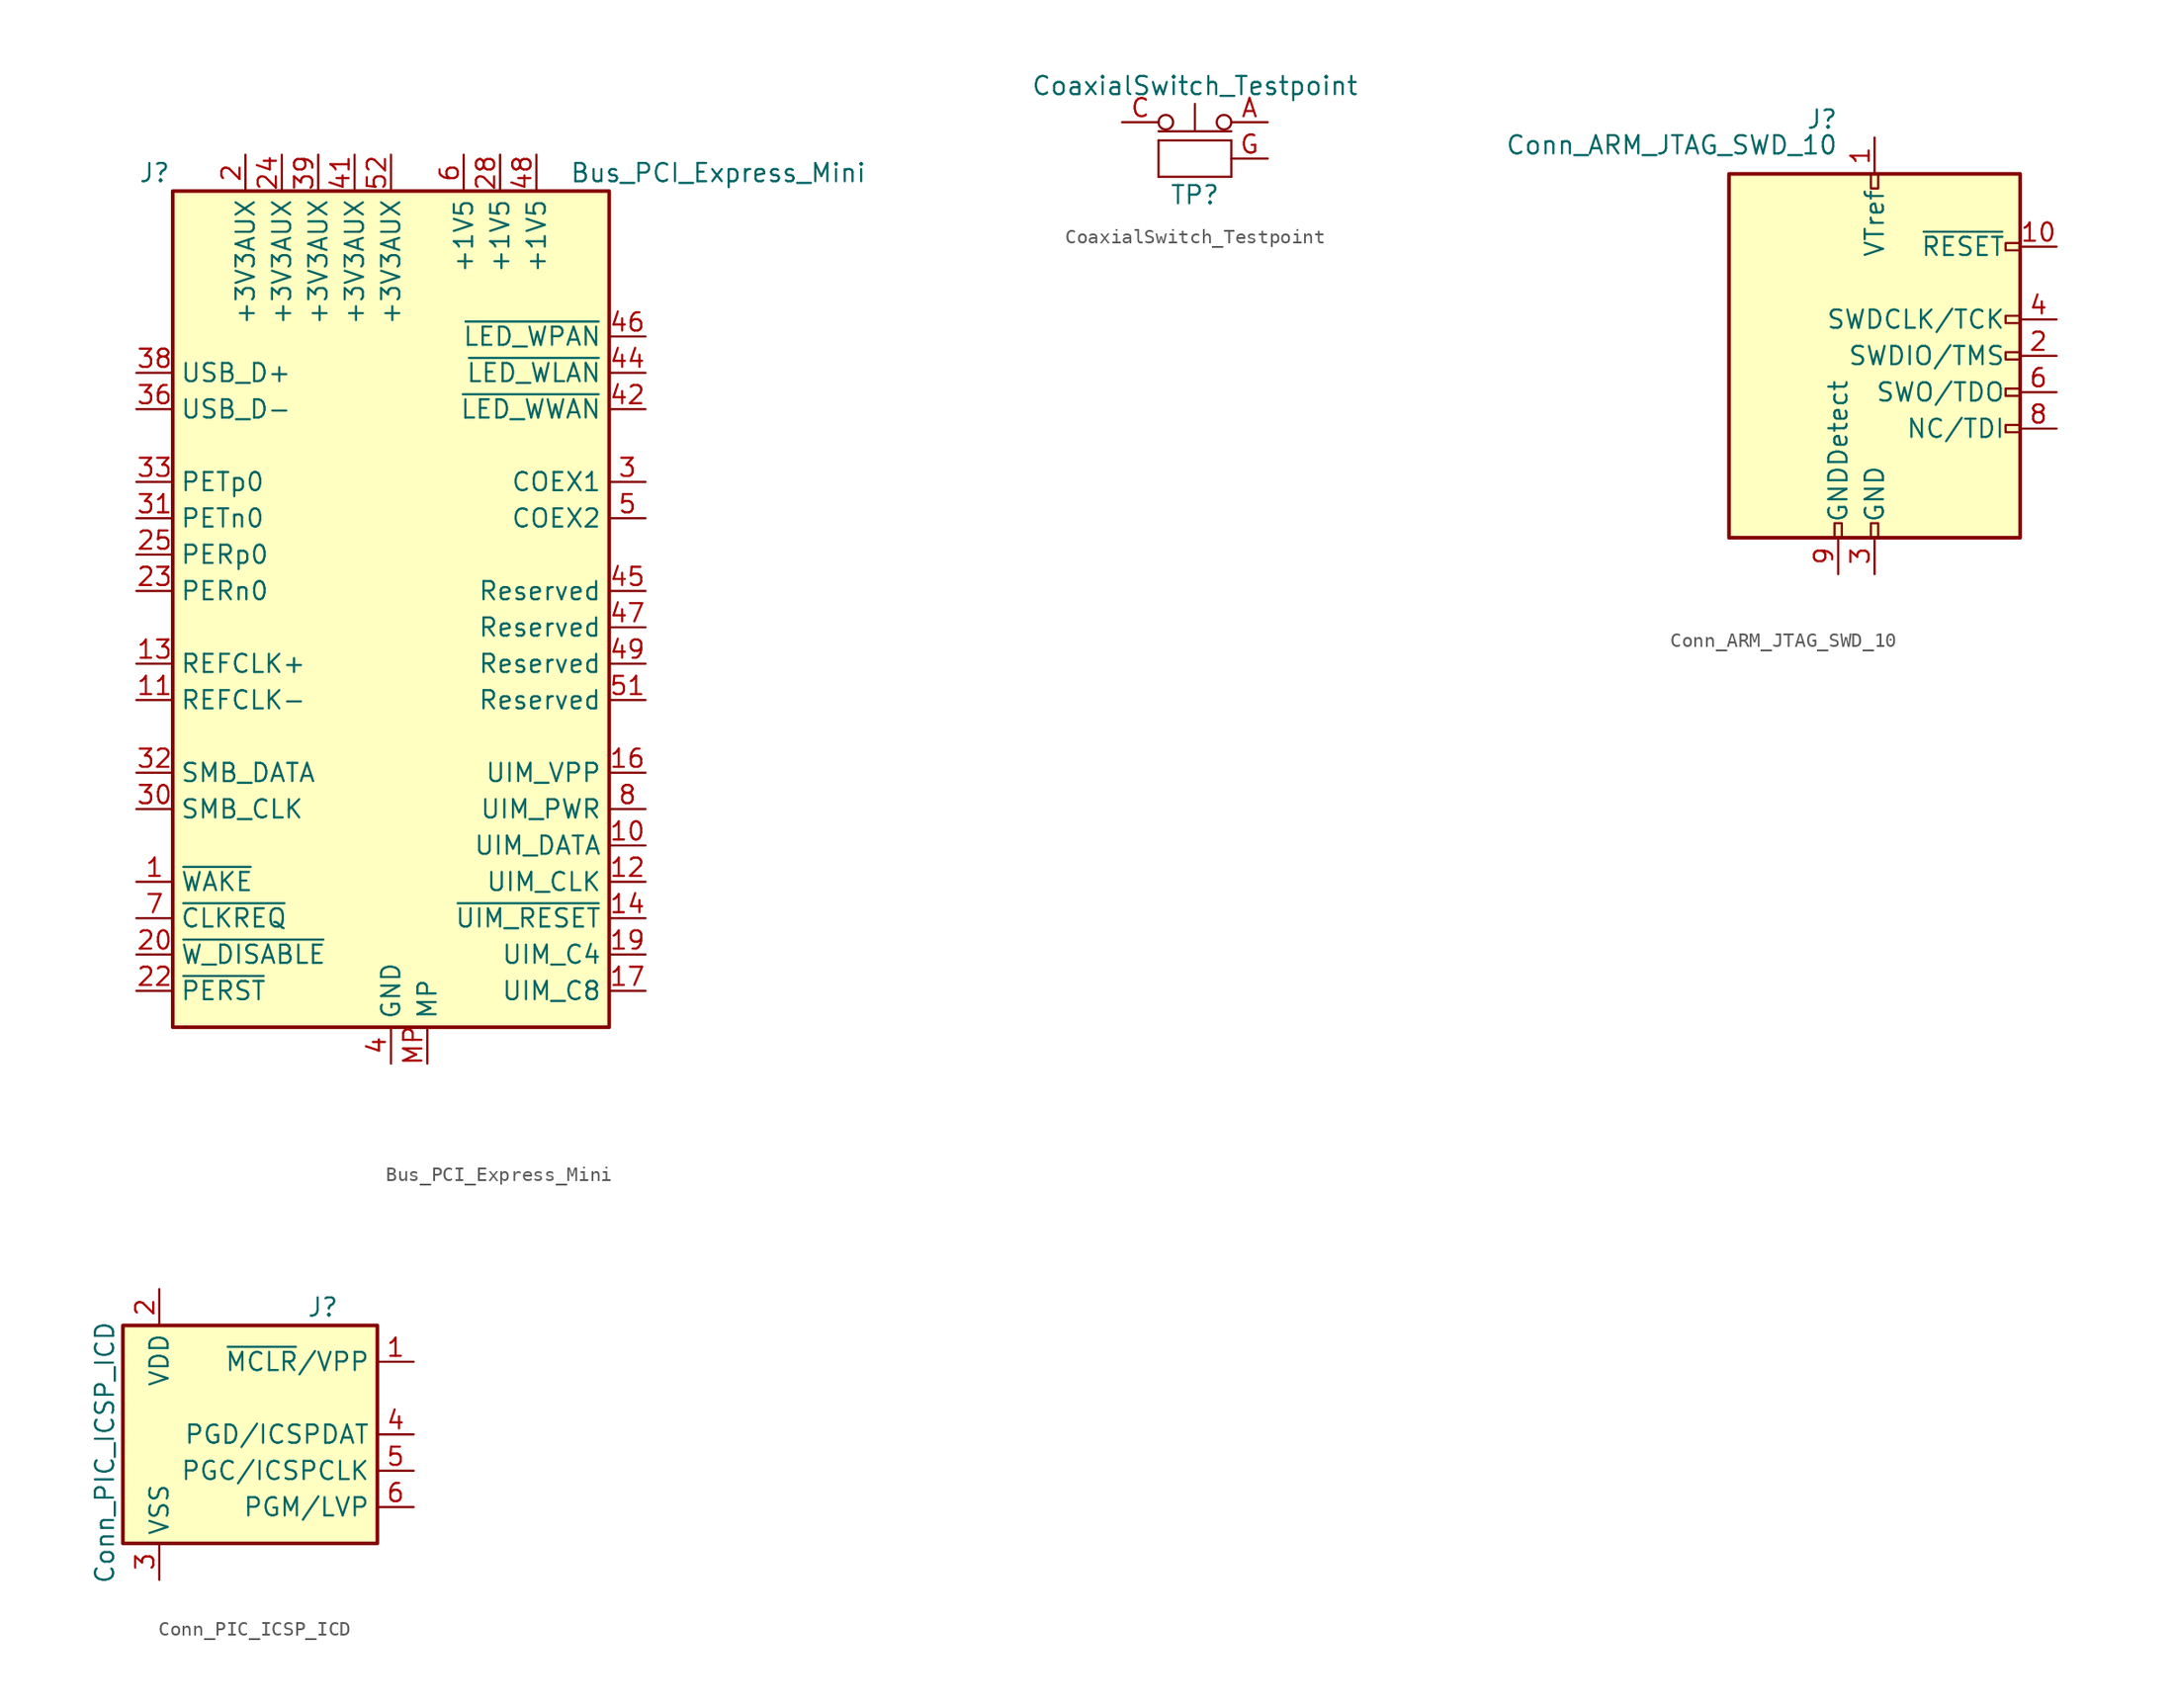
<source format=kicad_sym>
(kicad_symbol_lib
  (version 20201005)
  (generator kicad_symbol_editor)
  (symbol "Bus_PCI_Express_Mini"
    (property "Reference" "J"
      (at -16.51 31.75 0)
      (effects (font (size 1.27 1.27))))
    (property "Value" "Bus_PCI_Express_Mini"
      (at 22.86 31.75 0)
      (effects (font (size 1.27 1.27))))
    (symbol "Bus_PCI_Express_Mini_0_1"
      (rectangle (start -15.24 30.48) (end 15.24 -27.94) (stroke (width 0.254)) (fill (type background))))
    (symbol "Bus_PCI_Express_Mini_1_1"
      (pin open_collector line (at -17.78 -17.78 0) (length 2.54) (name "~WAKE" (effects (font (size 1.27 1.27)))) (number "1" (effects (font (size 1.27 1.27)))))
      (pin bidirectional line (at 17.78 -15.24 180) (length 2.54) (name "UIM_DATA" (effects (font (size 1.27 1.27)))) (number "10" (effects (font (size 1.27 1.27)))))
      (pin input line (at -17.78 -5.08 0) (length 2.54) (name "REFCLK-" (effects (font (size 1.27 1.27)))) (number "11" (effects (font (size 1.27 1.27)))))
      (pin output line (at 17.78 -17.78 180) (length 2.54) (name "UIM_CLK" (effects (font (size 1.27 1.27)))) (number "12" (effects (font (size 1.27 1.27)))))
      (pin input line (at -17.78 -2.54 0) (length 2.54) (name "REFCLK+" (effects (font (size 1.27 1.27)))) (number "13" (effects (font (size 1.27 1.27)))))
      (pin output line (at 17.78 -20.32 180) (length 2.54) (name "~UIM_RESET" (effects (font (size 1.27 1.27)))) (number "14" (effects (font (size 1.27 1.27)))))
      (pin passive line (at 0 -30.48 90) (length 2.54) hide (name "GND" (effects (font (size 1.27 1.27)))) (number "15" (effects (font (size 1.27 1.27)))))
      (pin power_out line (at 17.78 -10.16 180) (length 2.54) (name "UIM_VPP" (effects (font (size 1.27 1.27)))) (number "16" (effects (font (size 1.27 1.27)))))
      (pin passive line (at 17.78 -25.4 180) (length 2.54) (name "UIM_C8" (effects (font (size 1.27 1.27)))) (number "17" (effects (font (size 1.27 1.27)))))
      (pin passive line (at 0 -30.48 90) (length 2.54) hide (name "GND" (effects (font (size 1.27 1.27)))) (number "18" (effects (font (size 1.27 1.27)))))
      (pin passive line (at 17.78 -22.86 180) (length 2.54) (name "UIM_C4" (effects (font (size 1.27 1.27)))) (number "19" (effects (font (size 1.27 1.27)))))
      (pin power_in line (at -10.16 33.02 270) (length 2.54) (name "+3V3AUX" (effects (font (size 1.27 1.27)))) (number "2" (effects (font (size 1.27 1.27)))))
      (pin input line (at -17.78 -22.86 0) (length 2.54) (name "~W_DISABLE" (effects (font (size 1.27 1.27)))) (number "20" (effects (font (size 1.27 1.27)))))
      (pin passive line (at 0 -30.48 90) (length 2.54) hide (name "GND" (effects (font (size 1.27 1.27)))) (number "21" (effects (font (size 1.27 1.27)))))
      (pin input line (at -17.78 -25.4 0) (length 2.54) (name "~PERST" (effects (font (size 1.27 1.27)))) (number "22" (effects (font (size 1.27 1.27)))))
      (pin output line (at -17.78 2.54 0) (length 2.54) (name "PERn0" (effects (font (size 1.27 1.27)))) (number "23" (effects (font (size 1.27 1.27)))))
      (pin power_in line (at -7.62 33.02 270) (length 2.54) (name "+3V3AUX" (effects (font (size 1.27 1.27)))) (number "24" (effects (font (size 1.27 1.27)))))
      (pin output line (at -17.78 5.08 0) (length 2.54) (name "PERp0" (effects (font (size 1.27 1.27)))) (number "25" (effects (font (size 1.27 1.27)))))
      (pin passive line (at 0 -30.48 90) (length 2.54) hide (name "GND" (effects (font (size 1.27 1.27)))) (number "26" (effects (font (size 1.27 1.27)))))
      (pin passive line (at 0 -30.48 90) (length 2.54) hide (name "GND" (effects (font (size 1.27 1.27)))) (number "27" (effects (font (size 1.27 1.27)))))
      (pin power_in line (at 7.62 33.02 270) (length 2.54) (name "+1V5" (effects (font (size 1.27 1.27)))) (number "28" (effects (font (size 1.27 1.27)))))
      (pin passive line (at 0 -30.48 90) (length 2.54) hide (name "GND" (effects (font (size 1.27 1.27)))) (number "29" (effects (font (size 1.27 1.27)))))
      (pin passive line (at 17.78 10.16 180) (length 2.54) (name "COEX1" (effects (font (size 1.27 1.27)))) (number "3" (effects (font (size 1.27 1.27)))))
      (pin input line (at -17.78 -12.7 0) (length 2.54) (name "SMB_CLK" (effects (font (size 1.27 1.27)))) (number "30" (effects (font (size 1.27 1.27)))))
      (pin input line (at -17.78 7.62 0) (length 2.54) (name "PETn0" (effects (font (size 1.27 1.27)))) (number "31" (effects (font (size 1.27 1.27)))))
      (pin bidirectional line (at -17.78 -10.16 0) (length 2.54) (name "SMB_DATA" (effects (font (size 1.27 1.27)))) (number "32" (effects (font (size 1.27 1.27)))))
      (pin input line (at -17.78 10.16 0) (length 2.54) (name "PETp0" (effects (font (size 1.27 1.27)))) (number "33" (effects (font (size 1.27 1.27)))))
      (pin passive line (at 0 -30.48 90) (length 2.54) hide (name "GND" (effects (font (size 1.27 1.27)))) (number "34" (effects (font (size 1.27 1.27)))))
      (pin passive line (at 0 -30.48 90) (length 2.54) hide (name "GND" (effects (font (size 1.27 1.27)))) (number "35" (effects (font (size 1.27 1.27)))))
      (pin bidirectional line (at -17.78 15.24 0) (length 2.54) (name "USB_D-" (effects (font (size 1.27 1.27)))) (number "36" (effects (font (size 1.27 1.27)))))
      (pin passive line (at 0 -30.48 90) (length 2.54) hide (name "GND" (effects (font (size 1.27 1.27)))) (number "37" (effects (font (size 1.27 1.27)))))
      (pin bidirectional line (at -17.78 17.78 0) (length 2.54) (name "USB_D+" (effects (font (size 1.27 1.27)))) (number "38" (effects (font (size 1.27 1.27)))))
      (pin power_in line (at -5.08 33.02 270) (length 2.54) (name "+3V3AUX" (effects (font (size 1.27 1.27)))) (number "39" (effects (font (size 1.27 1.27)))))
      (pin power_in line (at 0 -30.48 90) (length 2.54) (name "GND" (effects (font (size 1.27 1.27)))) (number "4" (effects (font (size 1.27 1.27)))))
      (pin passive line (at 0 -30.48 90) (length 2.54) hide (name "GND" (effects (font (size 1.27 1.27)))) (number "40" (effects (font (size 1.27 1.27)))))
      (pin power_in line (at -2.54 33.02 270) (length 2.54) (name "+3V3AUX" (effects (font (size 1.27 1.27)))) (number "41" (effects (font (size 1.27 1.27)))))
      (pin open_collector line (at 17.78 15.24 180) (length 2.54) (name "~LED_WWAN" (effects (font (size 1.27 1.27)))) (number "42" (effects (font (size 1.27 1.27)))))
      (pin passive line (at 0 -30.48 90) (length 2.54) hide (name "GND" (effects (font (size 1.27 1.27)))) (number "43" (effects (font (size 1.27 1.27)))))
      (pin open_collector line (at 17.78 17.78 180) (length 2.54) (name "~LED_WLAN" (effects (font (size 1.27 1.27)))) (number "44" (effects (font (size 1.27 1.27)))))
      (pin passive line (at 17.78 2.54 180) (length 2.54) (name "Reserved" (effects (font (size 1.27 1.27)))) (number "45" (effects (font (size 1.27 1.27)))))
      (pin open_collector line (at 17.78 20.32 180) (length 2.54) (name "~LED_WPAN" (effects (font (size 1.27 1.27)))) (number "46" (effects (font (size 1.27 1.27)))))
      (pin passive line (at 17.78 0 180) (length 2.54) (name "Reserved" (effects (font (size 1.27 1.27)))) (number "47" (effects (font (size 1.27 1.27)))))
      (pin power_in line (at 10.16 33.02 270) (length 2.54) (name "+1V5" (effects (font (size 1.27 1.27)))) (number "48" (effects (font (size 1.27 1.27)))))
      (pin passive line (at 17.78 -2.54 180) (length 2.54) (name "Reserved" (effects (font (size 1.27 1.27)))) (number "49" (effects (font (size 1.27 1.27)))))
      (pin passive line (at 17.78 7.62 180) (length 2.54) (name "COEX2" (effects (font (size 1.27 1.27)))) (number "5" (effects (font (size 1.27 1.27)))))
      (pin passive line (at 0 -30.48 90) (length 2.54) hide (name "GND" (effects (font (size 1.27 1.27)))) (number "50" (effects (font (size 1.27 1.27)))))
      (pin passive line (at 17.78 -5.08 180) (length 2.54) (name "Reserved" (effects (font (size 1.27 1.27)))) (number "51" (effects (font (size 1.27 1.27)))))
      (pin power_in line (at 0 33.02 270) (length 2.54) (name "+3V3AUX" (effects (font (size 1.27 1.27)))) (number "52" (effects (font (size 1.27 1.27)))))
      (pin power_in line (at 5.08 33.02 270) (length 2.54) (name "+1V5" (effects (font (size 1.27 1.27)))) (number "6" (effects (font (size 1.27 1.27)))))
      (pin open_collector line (at -17.78 -20.32 0) (length 2.54) (name "~CLKREQ" (effects (font (size 1.27 1.27)))) (number "7" (effects (font (size 1.27 1.27)))))
      (pin power_out line (at 17.78 -12.7 180) (length 2.54) (name "UIM_PWR" (effects (font (size 1.27 1.27)))) (number "8" (effects (font (size 1.27 1.27)))))
      (pin passive line (at 0 -30.48 90) (length 2.54) hide (name "GND" (effects (font (size 1.27 1.27)))) (number "9" (effects (font (size 1.27 1.27)))))
      (pin passive line (at 2.54 -30.48 90) (length 2.54) (name "MP" (effects (font (size 1.27 1.27)))) (number "MP" (effects (font (size 1.27 1.27)))))))
  (symbol "CoaxialSwitch_Testpoint"
    (pin_names
      (offset 1.016) hide)
    (property "Reference" "TP"
      (at 0 -3.81 0)
      (effects (font (size 1.27 1.27))))
    (property "Value" "CoaxialSwitch_Testpoint"
      (at 0 3.81 0)
      (effects (font (size 1.27 1.27))))
    (symbol "CoaxialSwitch_Testpoint_0_1"
      (rectangle (start -2.54 -2.54) (end 2.54 -2.54) (stroke (width 0)) (fill (type none)))
      (rectangle (start -2.54 0) (end -2.54 -2.54) (stroke (width 0)) (fill (type none)))
      (rectangle (start 2.54 0) (end -2.54 0) (stroke (width 0)) (fill (type none)))
      (rectangle (start 2.54 0) (end 2.54 -2.54) (stroke (width 0)) (fill (type none))))
    (symbol "CoaxialSwitch_Testpoint_1_1"
      (circle (center -2.032 1.27) (radius 0.508) (stroke (width 0)) (fill (type none)))
      (circle (center 2.032 1.27) (radius 0.508) (stroke (width 0)) (fill (type none)))
      (polyline (pts (xy -2.54 0.635) (xy 2.54 0.635)) (stroke (width 0)) (fill (type none)))
      (polyline (pts (xy 0 0.635) (xy 0 2.54)) (stroke (width 0)) (fill (type none)))
      (pin passive line (at 5.08 1.27 180) (length 2.54) (name "A" (effects (font (size 1.27 1.27)))) (number "A" (effects (font (size 1.27 1.27)))))
      (pin passive line (at -5.08 1.27 0) (length 2.54) (name "C" (effects (font (size 1.27 1.27)))) (number "C" (effects (font (size 1.27 1.27)))))
      (pin passive line (at 5.08 -1.27 180) (length 2.54) (name "G" (effects (font (size 1.27 1.27)))) (number "G" (effects (font (size 1.27 1.27)))))))
  (symbol "Conn_ARM_JTAG_SWD_10"
    (pin_names
      (offset 1.016))
    (property "Reference" "J"
      (at -2.54 16.51 0)
      (effects (font (size 1.27 1.27)) (justify right)))
    (property "Value" "Conn_ARM_JTAG_SWD_10"
      (at -2.54 13.97 0)
      (effects (font (size 1.27 1.27)) (justify right bottom)))
    (symbol "Conn_ARM_JTAG_SWD_10_0_1"
      (rectangle (start -10.16 12.7) (end 10.16 -12.7) (stroke (width 0.254)) (fill (type background)))
      (rectangle (start -2.794 -12.7) (end -2.286 -11.684) (stroke (width 0)) (fill (type none)))
      (rectangle (start -0.254 -12.7) (end 0.254 -11.684) (stroke (width 0)) (fill (type none)))
      (rectangle (start -0.254 12.7) (end 0.254 11.684) (stroke (width 0)) (fill (type none)))
      (rectangle (start 9.144 2.286) (end 10.16 2.794) (stroke (width 0)) (fill (type none)))
      (rectangle (start 10.16 -2.794) (end 9.144 -2.286) (stroke (width 0)) (fill (type none)))
      (rectangle (start 10.16 -0.254) (end 9.144 0.254) (stroke (width 0)) (fill (type none)))
      (rectangle (start 10.16 7.874) (end 9.144 7.366) (stroke (width 0)) (fill (type none))))
    (symbol "Conn_ARM_JTAG_SWD_10_1_1"
      (rectangle (start 9.144 -5.334) (end 10.16 -4.826) (stroke (width 0)) (fill (type none)))
      (pin power_in line (at 0 15.24 270) (length 2.54) (name "VTref" (effects (font (size 1.27 1.27)))) (number "1" (effects (font (size 1.27 1.27)))))
      (pin open_collector line (at 12.7 7.62 180) (length 2.54) (name "~RESET~" (effects (font (size 1.27 1.27)))) (number "10" (effects (font (size 1.27 1.27)))))
      (pin bidirectional line (at 12.7 0 180) (length 2.54) (name "SWDIO/TMS" (effects (font (size 1.27 1.27)))) (number "2" (effects (font (size 1.27 1.27)))))
      (pin power_in line (at 0 -15.24 90) (length 2.54) (name "GND" (effects (font (size 1.27 1.27)))) (number "3" (effects (font (size 1.27 1.27)))))
      (pin output line (at 12.7 2.54 180) (length 2.54) (name "SWDCLK/TCK" (effects (font (size 1.27 1.27)))) (number "4" (effects (font (size 1.27 1.27)))))
      (pin passive line (at 0 -15.24 90) (length 2.54) hide (name "GND" (effects (font (size 1.27 1.27)))) (number "5" (effects (font (size 1.27 1.27)))))
      (pin input line (at 12.7 -2.54 180) (length 2.54) (name "SWO/TDO" (effects (font (size 1.27 1.27)))) (number "6" (effects (font (size 1.27 1.27)))))
      (pin unconnected line (at -10.16 0 0) (length 2.54) hide (name "KEY" (effects (font (size 1.27 1.27)))) (number "7" (effects (font (size 1.27 1.27)))))
      (pin output line (at 12.7 -5.08 180) (length 2.54) (name "NC/TDI" (effects (font (size 1.27 1.27)))) (number "8" (effects (font (size 1.27 1.27)))))
      (pin passive line (at -2.54 -15.24 90) (length 2.54) (name "GNDDetect" (effects (font (size 1.27 1.27)))) (number "9" (effects (font (size 1.27 1.27)))))))
  (symbol "Conn_PIC_ICSP_ICD"
    (property "Reference" "J"
      (at 6.35 8.89 0)
      (effects (font (size 1.27 1.27))))
    (property "Value" "Conn_PIC_ICSP_ICD"
      (at -8.89 -1.27 90)
      (effects (font (size 1.27 1.27))))
    (symbol "Conn_PIC_ICSP_ICD_0_1"
      (rectangle (start -7.62 7.62) (end 10.16 -7.62) (stroke (width 0.254)) (fill (type background))))
    (symbol "Conn_PIC_ICSP_ICD_1_1"
      (pin passive line (at 12.7 5.08 180) (length 2.54) (name "~MCLR~/VPP" (effects (font (size 1.27 1.27)))) (number "1" (effects (font (size 1.27 1.27)))))
      (pin passive line (at -5.08 10.16 270) (length 2.54) (name "VDD" (effects (font (size 1.27 1.27)))) (number "2" (effects (font (size 1.27 1.27)))))
      (pin power_in line (at -5.08 -10.16 90) (length 2.54) (name "VSS" (effects (font (size 1.27 1.27)))) (number "3" (effects (font (size 1.27 1.27)))))
      (pin bidirectional line (at 12.7 0 180) (length 2.54) (name "PGD/ICSPDAT" (effects (font (size 1.27 1.27)))) (number "4" (effects (font (size 1.27 1.27)))))
      (pin output line (at 12.7 -2.54 180) (length 2.54) (name "PGC/ICSPCLK" (effects (font (size 1.27 1.27)))) (number "5" (effects (font (size 1.27 1.27)))))
      (pin output line (at 12.7 -5.08 180) (length 2.54) (name "PGM/LVP" (effects (font (size 1.27 1.27)))) (number "6" (effects (font (size 1.27 1.27))))))))
</source>
